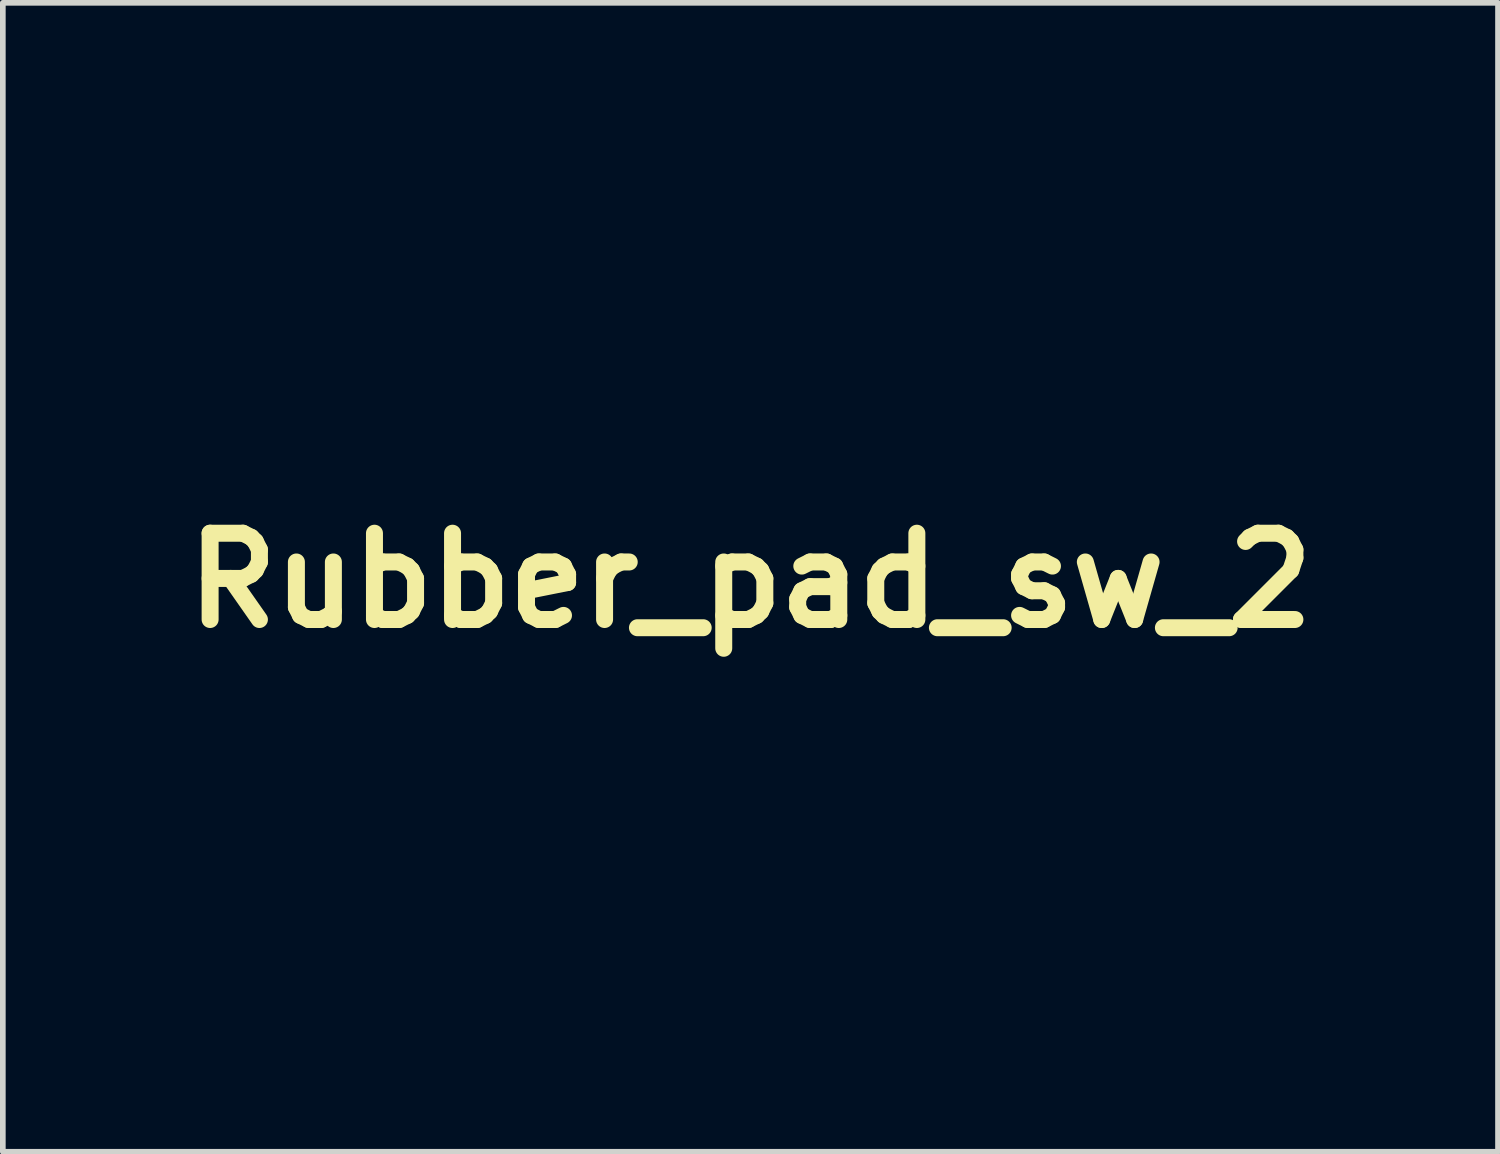
<source format=kicad_pcb>
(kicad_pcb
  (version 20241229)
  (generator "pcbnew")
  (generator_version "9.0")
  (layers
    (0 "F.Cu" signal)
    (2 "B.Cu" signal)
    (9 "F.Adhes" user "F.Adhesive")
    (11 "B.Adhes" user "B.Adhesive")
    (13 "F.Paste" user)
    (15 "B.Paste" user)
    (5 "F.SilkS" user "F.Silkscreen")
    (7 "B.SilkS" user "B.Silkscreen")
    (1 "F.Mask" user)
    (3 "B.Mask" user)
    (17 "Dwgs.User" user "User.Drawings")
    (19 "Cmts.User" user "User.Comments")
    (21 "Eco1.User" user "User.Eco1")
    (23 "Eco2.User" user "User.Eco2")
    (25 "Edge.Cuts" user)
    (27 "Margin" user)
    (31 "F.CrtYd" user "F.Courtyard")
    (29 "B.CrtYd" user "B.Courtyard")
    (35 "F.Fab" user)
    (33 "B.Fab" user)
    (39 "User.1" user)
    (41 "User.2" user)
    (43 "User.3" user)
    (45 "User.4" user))
  (footprint "Rubber_pad_sw_2"
    (layer "F.Cu")
    (at 10.204 7.202)
    (property "Reference" "Rubber_pad_sw_2" (at 0 0 0) (layer "F.SilkS") (effects (font (size 1.524 1.524) (thickness 0.3))))
    (attr through_hole)
    (fp_poly (pts (xy 0.097 -6.448) (xy 0.128 -6.123) (xy 0.149 -5.63) (xy 0.151 -5.57) (xy 0.174 -4.494) (xy 0.468 -4.439) (xy 0.696 -4.413) (xy 0.859 -4.422) (xy 0.868 -4.425) (xy 0.929 -4.519) (xy 1.015 -4.745) (xy 1.115 -5.068) (xy 1.216 -5.451) (xy 1.341 -5.929) (xy 1.446 -6.246) (xy 1.531 -6.408) (xy 1.575 -6.435) (xy 1.647 -6.413) (xy 1.68 -6.331) (xy 1.672 -6.167) (xy 1.62 -5.894) (xy 1.522 -5.491) (xy 1.482 -5.334) (xy 1.392 -4.979) (xy 1.322 -4.681) (xy 1.279 -4.48) (xy 1.272 -4.425) (xy 1.34 -4.34) (xy 1.506 -4.231) (xy 1.709 -4.13) (xy 1.888 -4.07) (xy 1.937 -4.065) (xy 1.994 -4.136) (xy 2.112 -4.329) (xy 2.272 -4.613) (xy 2.454 -4.953) (xy 2.705 -5.41) (xy 2.899 -5.719) (xy 3.036 -5.877) (xy 3.113 -5.883) (xy 3.13 -5.776) (xy 3.091 -5.645) (xy 2.989 -5.402) (xy 2.838 -5.082) (xy 2.678 -4.764) (xy 2.23 -3.898) (xy 2.548 -3.688) (xy 2.866 -3.477) (xy 3.559 -4.236) (xy 3.832 -4.529) (xy 4.068 -4.77) (xy 4.241 -4.933) (xy 4.326 -4.995) (xy 4.327 -4.995) (xy 4.405 -4.946) (xy 4.36 -4.796) (xy 4.191 -4.543) (xy 3.897 -4.183) (xy 3.729 -3.994) (xy 3.055 -3.243) (xy 3.628 -2.688) (xy 4.433 -3.249) (xy 4.868 -3.541) (xy 5.184 -3.725) (xy 5.388 -3.804) (xy 5.489 -3.784) (xy 5.503 -3.729) (xy 5.438 -3.653) (xy 5.258 -3.503) (xy 4.994 -3.303) (xy 4.678 -3.079) (xy 4.353 -2.855) (xy 4.082 -2.668) (xy 3.894 -2.537) (xy 3.818 -2.483) (xy 3.825 -2.397) (xy 3.89 -2.224) (xy 3.984 -2.023) (xy 4.079 -1.855) (xy 4.147 -1.778) (xy 4.15 -1.778) (xy 4.249 -1.806) (xy 4.472 -1.883) (xy 4.785 -1.995) (xy 5.112 -2.117) (xy 5.541 -2.276) (xy 5.837 -2.38) (xy 6.025 -2.432) (xy 6.128 -2.438) (xy 6.172 -2.403) (xy 6.181 -2.336) (xy 6.127 -2.262) (xy 5.959 -2.16) (xy 5.664 -2.026) (xy 5.232 -1.854) (xy 4.651 -1.64) (xy 4.549 -1.603) (xy 4.347 -1.504) (xy 4.266 -1.406) (xy 4.268 -1.385) (xy 4.311 -1.235) (xy 4.359 -1.01) (xy 4.362 -0.997) (xy 4.415 -0.711) (xy 5.38 -0.831) (xy 5.92 -0.888) (xy 6.303 -0.904) (xy 6.527 -0.88) (xy 6.589 -0.816) (xy 6.555 -0.765) (xy 6.44 -0.721) (xy 6.201 -0.667) (xy 5.882 -0.615) (xy 5.757 -0.598) (xy 5.271 -0.536) (xy 4.927 -0.489) (xy 4.701 -0.445) (xy 4.569 -0.393) (xy 4.506 -0.322) (xy 4.487 -0.222) (xy 4.487 -0.082) (xy 4.487 -0.04) (xy 4.487 0.118) (xy 4.502 0.231) (xy 4.557 0.31) (xy 4.679 0.367) (xy 4.892 0.414) (xy 5.221 0.462) (xy 5.692 0.523) (xy 5.709 0.525) (xy 6.16 0.595) (xy 6.448 0.666) (xy 6.58 0.739) (xy 6.588 0.754) (xy 6.592 0.798) (xy 6.555 0.827) (xy 6.458 0.84) (xy 6.279 0.836) (xy 5.998 0.815) (xy 5.593 0.777) (xy 5.043 0.72) (xy 4.944 0.71) (xy 4.659 0.683) (xy 4.499 0.689) (xy 4.421 0.741) (xy 4.379 0.853) (xy 4.368 0.899) (xy 4.312 1.125) (xy 4.27 1.278) (xy 4.288 1.35) (xy 4.395 1.434) (xy 4.613 1.541) (xy 4.961 1.682) (xy 5.206 1.774) (xy 5.64 1.944) (xy 5.958 2.089) (xy 6.141 2.2) (xy 6.181 2.253) (xy 6.165 2.326) (xy 6.102 2.357) (xy 5.968 2.342) (xy 5.741 2.275) (xy 5.396 2.151) (xy 5.08 2.032) (xy 4.72 1.897) (xy 4.421 1.787) (xy 4.216 1.715) (xy 4.141 1.693) (xy 4.079 1.762) (xy 3.988 1.927) (xy 3.895 2.129) (xy 3.829 2.307) (xy 3.817 2.401) (xy 3.818 2.402) (xy 3.897 2.459) (xy 4.087 2.592) (xy 4.36 2.781) (xy 4.678 3.001) (xy 5 3.229) (xy 5.263 3.427) (xy 5.44 3.574) (xy 5.503 3.647) (xy 5.454 3.722) (xy 5.301 3.695) (xy 5.037 3.563) (xy 4.657 3.322) (xy 4.427 3.164) (xy 3.622 2.604) (xy 3.059 3.175) (xy 3.731 3.927) (xy 4.069 4.318) (xy 4.287 4.603) (xy 4.389 4.79) (xy 4.381 4.886) (xy 4.297 4.904) (xy 4.202 4.841) (xy 4.024 4.674) (xy 3.788 4.43) (xy 3.529 4.144) (xy 2.867 3.392) (xy 2.221 3.82) (xy 2.675 4.683) (xy 2.921 5.173) (xy 3.072 5.525) (xy 3.128 5.744) (xy 3.091 5.83) (xy 3.037 5.824) (xy 2.97 5.745) (xy 2.845 5.552) (xy 2.681 5.281) (xy 2.499 4.968) (xy 2.319 4.647) (xy 2.163 4.356) (xy 2.049 4.128) (xy 2.008 4.031) (xy 1.923 4.009) (xy 1.749 4.045) (xy 1.546 4.119) (xy 1.375 4.208) (xy 1.297 4.285) (xy 1.302 4.402) (xy 1.343 4.643) (xy 1.414 4.97) (xy 1.477 5.232) (xy 1.589 5.682) (xy 1.656 5.995) (xy 1.683 6.193) (xy 1.67 6.302) (xy 1.62 6.345) (xy 1.576 6.35) (xy 1.498 6.272) (xy 1.402 6.034) (xy 1.286 5.635) (xy 1.226 5.397) (xy 1.129 5.014) (xy 1.039 4.692) (xy 0.968 4.465) (xy 0.928 4.373) (xy 0.811 4.34) (xy 0.596 4.348) (xy 0.516 4.359) (xy 0.169 4.418) (xy 0.169 5.463) (xy 0.163 5.964) (xy 0.141 6.309) (xy 0.101 6.511) (xy 0.042 6.583) (xy -0.031 6.545) (xy -0.051 6.444) (xy -0.068 6.209) (xy -0.08 5.873) (xy -0.085 5.473) (xy -0.085 5.457) (xy -0.085 4.422) (xy -0.473 4.364) (xy -0.708 4.334) (xy -0.858 4.327) (xy -0.885 4.333) (xy -0.912 4.421) (xy -0.971 4.64) (xy -1.052 4.957) (xy -1.141 5.314) (xy -1.239 5.694) (xy -1.331 6.011) (xy -1.405 6.229) (xy -1.449 6.314) (xy -1.552 6.341) (xy -1.599 6.254) (xy -1.589 6.039) (xy -1.522 5.686) (xy -1.432 5.313) (xy -1.336 4.932) (xy -1.258 4.611) (xy -1.205 4.387) (xy -1.187 4.295) (xy -1.252 4.22) (xy -1.46 4.127) (xy -1.739 4.033) (xy -1.821 4.028) (xy -1.906 4.08) (xy -2.011 4.212) (xy -2.152 4.447) (xy -2.347 4.806) (xy -2.402 4.911) (xy -2.594 5.266) (xy -2.763 5.558) (xy -2.891 5.76) (xy -2.962 5.842) (xy -2.965 5.842) (xy -3.054 5.809) (xy -3.071 5.699) (xy -3.01 5.495) (xy -2.867 5.18) (xy -2.67 4.801) (xy -2.486 4.45) (xy -2.336 4.152) (xy -2.236 3.939) (xy -2.202 3.845) (xy -2.263 3.767) (xy -2.407 3.646) (xy -2.584 3.519) (xy -2.74 3.425) (xy -2.825 3.399) (xy -2.827 3.402) (xy -2.932 3.541) (xy -3.117 3.752) (xy -3.352 4.007) (xy -3.609 4.276) (xy -3.859 4.53) (xy -4.075 4.739) (xy -4.229 4.875) (xy -4.286 4.911) (xy -4.373 4.891) (xy -4.384 4.822) (xy -4.311 4.686) (xy -4.144 4.469) (xy -3.872 4.154) (xy -3.719 3.983) (xy -3.036 3.222) (xy -3.264 2.923) (xy -3.41 2.743) (xy -3.512 2.637) (xy -3.533 2.625) (xy -3.615 2.67) (xy -3.807 2.793) (xy -4.078 2.975) (xy -4.37 3.175) (xy -4.814 3.469) (xy -5.136 3.652) (xy -5.334 3.724) (xy -5.408 3.683) (xy -5.398 3.622) (xy -5.321 3.541) (xy -5.138 3.39) (xy -4.882 3.194) (xy -4.587 2.977) (xy -4.287 2.765) (xy -4.016 2.582) (xy -3.814 2.457) (xy -3.746 2.39) (xy -3.759 2.277) (xy -3.856 2.075) (xy -3.972 1.873) (xy -4.059 1.745) (xy -4.076 1.729) (xy -4.172 1.744) (xy -4.392 1.809) (xy -4.703 1.914) (xy -5.041 2.037) (xy -5.415 2.169) (xy -5.74 2.268) (xy -5.978 2.323) (xy -6.087 2.327) (xy -6.175 2.274) (xy -6.125 2.203) (xy -6.074 2.164) (xy -5.937 2.092) (xy -5.679 1.979) (xy -5.34 1.844) (xy -5.035 1.729) (xy -4.633 1.576) (xy -4.372 1.46) (xy -4.231 1.371) (xy -4.19 1.296) (xy -4.195 1.273) (xy -4.25 1.093) (xy -4.292 0.91) (xy -4.318 0.804) (xy -4.365 0.733) (xy -4.458 0.694) (xy -4.624 0.685) (xy -4.89 0.702) (xy -5.283 0.744) (xy -5.566 0.777) (xy -5.932 0.813) (xy -6.234 0.832) (xy -6.433 0.831) (xy -6.492 0.818) (xy -6.515 0.731) (xy -6.396 0.655) (xy -6.126 0.586) (xy -5.695 0.522) (xy -5.588 0.51) (xy -5.121 0.456) (xy -4.796 0.412) (xy -4.587 0.367) (xy -4.469 0.306) (xy -4.416 0.22) (xy -4.41 0.163) (xy -4.104 0.163) (xy -3.986 0.935) (xy -3.723 1.677) (xy -3.328 2.359) (xy -2.813 2.954) (xy -2.452 3.256) (xy -1.72 3.7) (xy -0.959 3.978) (xy -0.166 4.089) (xy 0.66 4.035) (xy 1.27 3.895) (xy 2.019 3.59) (xy 2.675 3.153) (xy 3.225 2.601) (xy 3.658 1.95) (xy 3.96 1.216) (xy 4.121 0.417) (xy 4.145 -0.042) (xy 4.08 -0.847) (xy 3.877 -1.569) (xy 3.528 -2.232) (xy 3.022 -2.858) (xy 2.823 -3.056) (xy 2.198 -3.555) (xy 1.531 -3.898) (xy 0.799 -4.093) (xy 0.054 -4.149) (xy -0.782 -4.069) (xy -1.559 -3.839) (xy -2.26 -3.472) (xy -2.871 -2.979) (xy -3.378 -2.375) (xy -3.765 -1.671) (xy -4.017 -0.88) (xy -4.067 -0.614) (xy -4.104 0.163) (xy -4.41 0.163) (xy -4.403 0.096) (xy -4.403 -0.04) (xy -4.401 -0.192) (xy -4.413 -0.301) (xy -4.463 -0.377) (xy -4.576 -0.433) (xy -4.777 -0.478) (xy -5.089 -0.524) (xy -5.539 -0.581) (xy -5.673 -0.598) (xy -6.115 -0.666) (xy -6.395 -0.739) (xy -6.517 -0.819) (xy -6.494 -0.9) (xy -6.392 -0.914) (xy -6.16 -0.909) (xy -5.837 -0.885) (xy -5.587 -0.859) (xy -5.107 -0.806) (xy -4.769 -0.775) (xy -4.547 -0.769) (xy -4.413 -0.792) (xy -4.342 -0.845) (xy -4.306 -0.932) (xy -4.292 -0.995) (xy -4.239 -1.216) (xy -4.196 -1.355) (xy -4.212 -1.44) (xy -4.341 -1.532) (xy -4.605 -1.644) (xy -4.719 -1.685) (xy -5.306 -1.902) (xy -5.732 -2.079) (xy -6.003 -2.22) (xy -6.123 -2.326) (xy -6.116 -2.385) (xy -6.024 -2.41) (xy -5.838 -2.381) (xy -5.539 -2.292) (xy -5.106 -2.138) (xy -5.082 -2.129) (xy -4.714 -1.992) (xy -4.408 -1.88) (xy -4.196 -1.805) (xy -4.112 -1.778) (xy -4.054 -1.844) (xy -3.946 -2.008) (xy -3.899 -2.087) (xy -3.817 -2.226) (xy -3.776 -2.333) (xy -3.794 -2.431) (xy -3.886 -2.543) (xy -4.071 -2.692) (xy -4.365 -2.901) (xy -4.628 -3.085) (xy -4.935 -3.306) (xy -5.186 -3.501) (xy -5.35 -3.645) (xy -5.398 -3.704) (xy -5.391 -3.798) (xy -5.272 -3.788) (xy -5.036 -3.674) (xy -4.679 -3.453) (xy -4.44 -3.292) (xy -4.121 -3.077) (xy -3.85 -2.898) (xy -3.658 -2.777) (xy -3.586 -2.736) (xy -3.481 -2.774) (xy -3.329 -2.914) (xy -3.261 -2.997) (xy -3.032 -3.296) (xy -3.717 -4.06) (xy -3.982 -4.363) (xy -4.2 -4.623) (xy -4.347 -4.815) (xy -4.403 -4.909) (xy -4.403 -4.91) (xy -4.354 -4.986) (xy -4.212 -4.927) (xy -3.981 -4.739) (xy -3.664 -4.425) (xy -3.267 -3.988) (xy -2.873 -3.528) (xy -2.777 -3.528) (xy -2.605 -3.602) (xy -2.415 -3.716) (xy -2.262 -3.837) (xy -2.202 -3.928) (xy -2.24 -4.028) (xy -2.343 -4.245) (xy -2.495 -4.546) (xy -2.676 -4.889) (xy -2.859 -5.248) (xy -2.996 -5.547) (xy -3.072 -5.757) (xy -3.077 -5.846) (xy -3.006 -5.885) (xy -2.923 -5.85) (xy -2.814 -5.721) (xy -2.667 -5.482) (xy -2.467 -5.114) (xy -2.371 -4.932) (xy -2.188 -4.59) (xy -2.03 -4.311) (xy -1.914 -4.126) (xy -1.859 -4.064) (xy -1.725 -4.097) (xy -1.53 -4.175) (xy -1.338 -4.271) (xy -1.209 -4.353) (xy -1.187 -4.383) (xy -1.208 -4.485) (xy -1.262 -4.716) (xy -1.342 -5.041) (xy -1.432 -5.398) (xy -1.543 -5.865) (xy -1.596 -6.185) (xy -1.593 -6.369) (xy -1.534 -6.429) (xy -1.448 -6.398) (xy -1.399 -6.301) (xy -1.323 -6.074) (xy -1.23 -5.75) (xy -1.134 -5.377) (xy -1.028 -4.951) (xy -0.944 -4.666) (xy -0.859 -4.497) (xy -0.755 -4.419) (xy -0.61 -4.41) (xy -0.404 -4.445) (xy -0.352 -4.455) (xy -0.09 -4.508) (xy -0.066 -5.556) (xy -0.046 -6.069) (xy -0.016 -6.415) (xy 0.021 -6.594) (xy 0.06 -6.605) (xy 0.097 -6.448)) (stroke (width 0.01) (type solid)) (fill yes) (layer "F.Mask"))
    (fp_poly (pts (xy 0.91 -7.146) (xy 1.931 -6.942) (xy 2.923 -6.585) (xy 3.87 -6.074) (xy 3.983 -6) (xy 4.855 -5.319) (xy 5.599 -4.534) (xy 6.208 -3.66) (xy 6.675 -2.708) (xy 6.994 -1.692) (xy 7.159 -0.627) (xy 7.168 0.381) (xy 7.023 1.469) (xy 6.724 2.499) (xy 6.281 3.459) (xy 5.704 4.336) (xy 5.001 5.118) (xy 4.183 5.794) (xy 3.259 6.35) (xy 2.238 6.775) (xy 2.201 6.787) (xy 1.838 6.9) (xy 1.525 6.977) (xy 1.212 7.027) (xy 0.845 7.058) (xy 0.372 7.076) (xy 0.254 7.079) (xy -0.388 7.084) (xy -0.901 7.061) (xy -1.324 7.008) (xy -1.482 6.977) (xy -2.351 6.717) (xy -3.218 6.336) (xy -3.928 5.921) (xy -4.784 5.253) (xy -5.508 4.491) (xy -6.1 3.652) (xy -6.558 2.75) (xy -6.882 1.802) (xy -7.07 0.822) (xy -7.106 0.09) (xy -6.877 0.09) (xy -6.817 0.652) (xy -6.771 1.029) (xy -6.726 1.266) (xy -6.672 1.392) (xy -6.601 1.436) (xy -6.574 1.438) (xy -6.454 1.417) (xy -6.212 1.362) (xy -5.887 1.282) (xy -5.673 1.228) (xy -5.224 1.115) (xy -4.914 1.049) (xy -4.718 1.027) (xy -4.613 1.048) (xy -4.574 1.108) (xy -4.572 1.138) (xy -4.633 1.209) (xy -4.826 1.292) (xy -5.161 1.391) (xy -5.588 1.496) (xy -5.976 1.591) (xy -6.296 1.679) (xy -6.515 1.751) (xy -6.604 1.797) (xy -6.604 1.799) (xy -6.575 1.905) (xy -6.499 2.125) (xy -6.391 2.412) (xy -6.375 2.455) (xy -6.146 3.044) (xy -5.269 2.58) (xy -4.828 2.353) (xy -4.513 2.206) (xy -4.308 2.135) (xy -4.193 2.135) (xy -4.151 2.198) (xy -4.15 2.223) (xy -4.222 2.301) (xy -4.415 2.435) (xy -4.701 2.606) (xy -5.039 2.79) (xy -5.385 2.976) (xy -5.669 3.141) (xy -5.859 3.266) (xy -5.927 3.333) (xy -5.882 3.45) (xy -5.768 3.654) (xy -5.618 3.893) (xy -5.463 4.117) (xy -5.336 4.277) (xy -5.303 4.309) (xy -5.218 4.317) (xy -5.068 4.24) (xy -4.836 4.066) (xy -4.505 3.783) (xy -4.44 3.725) (xy -4.136 3.463) (xy -3.872 3.248) (xy -3.676 3.103) (xy -3.577 3.051) (xy -3.477 3.085) (xy -3.504 3.199) (xy -3.663 3.398) (xy -3.956 3.684) (xy -4.233 3.932) (xy -4.529 4.195) (xy -4.772 4.418) (xy -4.935 4.579) (xy -4.995 4.653) (xy -4.935 4.735) (xy -4.781 4.887) (xy -4.573 5.073) (xy -4.351 5.259) (xy -4.156 5.41) (xy -4.028 5.493) (xy -4.006 5.5) (xy -3.934 5.432) (xy -3.79 5.251) (xy -3.594 4.984) (xy -3.367 4.658) (xy -3.363 4.653) (xy -3.135 4.327) (xy -2.935 4.059) (xy -2.786 3.878) (xy -2.708 3.81) (xy -2.707 3.81) (xy -2.632 3.853) (xy -2.65 3.989) (xy -2.767 4.228) (xy -2.986 4.58) (xy -3.175 4.859) (xy -3.393 5.178) (xy -3.571 5.446) (xy -3.688 5.632) (xy -3.725 5.704) (xy -3.655 5.764) (xy -3.469 5.875) (xy -3.204 6.017) (xy -3.131 6.054) (xy -2.537 6.354) (xy -2.466 6.161) (xy -2.244 5.564) (xy -2.07 5.111) (xy -1.937 4.783) (xy -1.839 4.566) (xy -1.768 4.441) (xy -1.735 4.402) (xy -1.627 4.353) (xy -1.595 4.449) (xy -1.64 4.691) (xy -1.762 5.082) (xy -1.909 5.487) (xy -2.061 5.889) (xy -2.157 6.161) (xy -2.203 6.332) (xy -2.203 6.428) (xy -2.163 6.479) (xy -2.089 6.512) (xy -1.863 6.584) (xy -1.588 6.655) (xy -1.314 6.715) (xy -1.093 6.753) (xy -0.975 6.757) (xy -0.969 6.754) (xy -0.949 6.666) (xy -0.913 6.451) (xy -0.867 6.146) (xy -0.816 5.792) (xy -0.767 5.429) (xy -0.723 5.096) (xy -0.692 4.833) (xy -0.678 4.68) (xy -0.678 4.678) (xy -0.608 4.659) (xy -0.55 4.657) (xy -0.446 4.727) (xy -0.423 4.82) (xy -0.434 4.982) (xy -0.464 5.264) (xy -0.506 5.619) (xy -0.555 5.997) (xy -0.604 6.353) (xy -0.64 6.583) (xy -0.685 6.858) (xy -0.004 6.858) (xy 0.334 6.855) (xy 0.536 6.84) (xy 0.638 6.804) (xy 0.674 6.736) (xy 0.678 6.668) (xy 0.669 6.505) (xy 0.643 6.22) (xy 0.606 5.859) (xy 0.578 5.61) (xy 0.542 5.244) (xy 0.523 4.942) (xy 0.524 4.743) (xy 0.537 4.684) (xy 0.615 4.658) (xy 0.686 4.754) (xy 0.754 4.984) (xy 0.823 5.362) (xy 0.877 5.743) (xy 0.929 6.127) (xy 0.978 6.445) (xy 1.018 6.661) (xy 1.04 6.741) (xy 1.145 6.751) (xy 1.355 6.718) (xy 1.622 6.657) (xy 1.896 6.581) (xy 2.127 6.503) (xy 2.267 6.435) (xy 2.286 6.41) (xy 2.257 6.297) (xy 2.18 6.061) (xy 2.066 5.738) (xy 1.938 5.394) (xy 1.78 4.95) (xy 1.685 4.625) (xy 1.658 4.434) (xy 1.671 4.392) (xy 1.739 4.357) (xy 1.813 4.402) (xy 1.903 4.547) (xy 2.021 4.81) (xy 2.177 5.208) (xy 2.238 5.373) (xy 2.371 5.726) (xy 2.484 6.02) (xy 2.563 6.218) (xy 2.592 6.282) (xy 2.677 6.274) (xy 2.866 6.206) (xy 3.115 6.1) (xy 3.377 5.975) (xy 3.61 5.854) (xy 3.768 5.756) (xy 3.81 5.711) (xy 3.764 5.629) (xy 3.639 5.436) (xy 3.454 5.162) (xy 3.228 4.835) (xy 3.216 4.818) (xy 2.941 4.412) (xy 2.768 4.123) (xy 2.692 3.935) (xy 2.705 3.836) (xy 2.789 3.81) (xy 2.861 3.876) (xy 3.006 4.055) (xy 3.204 4.321) (xy 3.433 4.646) (xy 3.44 4.656) (xy 3.67 4.982) (xy 3.869 5.251) (xy 4.017 5.433) (xy 4.092 5.503) (xy 4.093 5.503) (xy 4.184 5.448) (xy 4.359 5.303) (xy 4.584 5.097) (xy 4.623 5.059) (xy 5.082 4.614) (xy 4.319 3.949) (xy 3.927 3.592) (xy 3.674 3.325) (xy 3.56 3.149) (xy 3.584 3.06) (xy 3.652 3.048) (xy 3.751 3.102) (xy 3.944 3.247) (xy 4.201 3.461) (xy 4.435 3.668) (xy 4.725 3.926) (xy 4.974 4.143) (xy 5.153 4.294) (xy 5.224 4.347) (xy 5.327 4.314) (xy 5.493 4.14) (xy 5.668 3.901) (xy 5.836 3.645) (xy 5.958 3.441) (xy 6.01 3.332) (xy 6.01 3.328) (xy 5.939 3.264) (xy 5.746 3.142) (xy 5.462 2.978) (xy 5.121 2.794) (xy 4.774 2.604) (xy 4.491 2.433) (xy 4.301 2.299) (xy 4.233 2.223) (xy 4.247 2.155) (xy 4.305 2.131) (xy 4.428 2.158) (xy 4.639 2.245) (xy 4.962 2.397) (xy 5.287 2.558) (xy 5.639 2.726) (xy 5.934 2.855) (xy 6.141 2.932) (xy 6.228 2.944) (xy 6.282 2.842) (xy 6.373 2.627) (xy 6.481 2.343) (xy 6.485 2.331) (xy 6.59 2.016) (xy 6.626 1.828) (xy 6.597 1.743) (xy 6.582 1.736) (xy 6.461 1.702) (xy 6.213 1.637) (xy 5.879 1.552) (xy 5.588 1.479) (xy 5.217 1.382) (xy 4.907 1.291) (xy 4.695 1.219) (xy 4.621 1.182) (xy 4.584 1.094) (xy 4.695 1.055) (xy 4.937 1.065) (xy 5.296 1.123) (xy 5.715 1.218) (xy 6.084 1.308) (xy 6.393 1.381) (xy 6.606 1.427) (xy 6.679 1.439) (xy 6.736 1.4) (xy 6.787 1.265) (xy 6.837 1.012) (xy 6.893 0.618) (xy 6.904 0.529) (xy 6.959 0.085) (xy 5.843 0.085) (xy 5.369 0.081) (xy 5.045 0.068) (xy 4.851 0.045) (xy 4.767 0.009) (xy 4.762 -0.021) (xy 4.839 -0.071) (xy 5.04 -0.108) (xy 5.382 -0.134) (xy 5.87 -0.151) (xy 6.353 -0.167) (xy 6.681 -0.191) (xy 6.872 -0.225) (xy 6.94 -0.271) (xy 6.941 -0.278) (xy 6.927 -0.445) (xy 6.894 -0.697) (xy 6.851 -0.98) (xy 6.806 -1.242) (xy 6.768 -1.431) (xy 6.747 -1.493) (xy 6.656 -1.49) (xy 6.434 -1.452) (xy 6.118 -1.387) (xy 5.803 -1.315) (xy 5.318 -1.204) (xy 4.976 -1.136) (xy 4.757 -1.109) (xy 4.642 -1.122) (xy 4.61 -1.172) (xy 4.62 -1.212) (xy 4.715 -1.275) (xy 4.944 -1.362) (xy 5.273 -1.462) (xy 5.671 -1.566) (xy 5.676 -1.567) (xy 6.107 -1.669) (xy 6.396 -1.747) (xy 6.562 -1.828) (xy 6.623 -1.939) (xy 6.599 -2.107) (xy 6.51 -2.359) (xy 6.418 -2.603) (xy 6.313 -2.847) (xy 6.214 -3.008) (xy 6.161 -3.048) (xy 6.053 -3.01) (xy 5.83 -2.907) (xy 5.526 -2.755) (xy 5.208 -2.589) (xy 4.86 -2.412) (xy 4.562 -2.278) (xy 4.348 -2.199) (xy 4.253 -2.189) (xy 4.198 -2.249) (xy 4.224 -2.325) (xy 4.348 -2.431) (xy 4.585 -2.579) (xy 4.953 -2.781) (xy 5.144 -2.882) (xy 5.485 -3.068) (xy 5.764 -3.231) (xy 5.949 -3.353) (xy 6.011 -3.413) (xy 5.966 -3.514) (xy 5.846 -3.711) (xy 5.677 -3.964) (xy 5.66 -3.987) (xy 5.518 -4.194) (xy 5.412 -4.332) (xy 5.313 -4.393) (xy 5.195 -4.372) (xy 5.03 -4.264) (xy 4.793 -4.062) (xy 4.456 -3.759) (xy 4.395 -3.705) (xy 4.116 -3.464) (xy 3.877 -3.274) (xy 3.71 -3.157) (xy 3.654 -3.133) (xy 3.558 -3.173) (xy 3.594 -3.297) (xy 3.764 -3.507) (xy 4.072 -3.806) (xy 4.325 -4.031) (xy 5.093 -4.699) (xy 4.617 -5.144) (xy 4.383 -5.355) (xy 4.196 -5.511) (xy 4.09 -5.584) (xy 4.081 -5.586) (xy 4.013 -5.52) (xy 3.872 -5.34) (xy 3.677 -5.073) (xy 3.451 -4.748) (xy 3.445 -4.74) (xy 3.217 -4.413) (xy 3.018 -4.145) (xy 2.87 -3.963) (xy 2.795 -3.895) (xy 2.794 -3.895) (xy 2.707 -3.923) (xy 2.698 -4.019) (xy 2.773 -4.199) (xy 2.939 -4.478) (xy 3.203 -4.873) (xy 3.229 -4.91) (xy 3.485 -5.288) (xy 3.649 -5.553) (xy 3.73 -5.724) (xy 3.739 -5.823) (xy 3.714 -5.856) (xy 3.581 -5.934) (xy 3.35 -6.06) (xy 3.113 -6.185) (xy 2.627 -6.436) (xy 2.513 -6.16) (xy 2.428 -5.945) (xy 2.308 -5.635) (xy 2.178 -5.291) (xy 2.162 -5.249) (xy 1.986 -4.812) (xy 1.843 -4.538) (xy 1.734 -4.429) (xy 1.658 -4.482) (xy 1.653 -4.495) (xy 1.663 -4.619) (xy 1.727 -4.863) (xy 1.834 -5.189) (xy 1.949 -5.498) (xy 2.084 -5.861) (xy 2.187 -6.171) (xy 2.246 -6.391) (xy 2.254 -6.48) (xy 2.162 -6.543) (xy 1.958 -6.624) (xy 1.694 -6.708) (xy 1.421 -6.781) (xy 1.19 -6.827) (xy 1.054 -6.833) (xy 1.041 -6.826) (xy 1.016 -6.733) (xy 0.976 -6.514) (xy 0.928 -6.209) (xy 0.878 -5.86) (xy 0.83 -5.509) (xy 0.792 -5.196) (xy 0.769 -4.965) (xy 0.765 -4.889) (xy 0.699 -4.764) (xy 0.626 -4.741) (xy 0.561 -4.76) (xy 0.528 -4.839) (xy 0.524 -5.009) (xy 0.547 -5.303) (xy 0.56 -5.44) (xy 0.594 -5.826) (xy 0.62 -6.2) (xy 0.632 -6.49) (xy 0.632 -6.519) (xy 0.635 -6.9) (xy 0.051 -6.926) (xy -0.25 -6.929) (xy -0.482 -6.914) (xy -0.595 -6.884) (xy -0.596 -6.883) (xy -0.611 -6.776) (xy -0.603 -6.54) (xy -0.574 -6.215) (xy -0.544 -5.969) (xy -0.481 -5.489) (xy -0.444 -5.151) (xy -0.434 -4.933) (xy -0.449 -4.808) (xy -0.49 -4.752) (xy -0.543 -4.741) (xy -0.594 -4.752) (xy -0.636 -4.799) (xy -0.674 -4.907) (xy -0.713 -5.1) (xy -0.76 -5.402) (xy -0.818 -5.836) (xy -0.852 -6.096) (xy -0.897 -6.424) (xy -0.937 -6.681) (xy -0.966 -6.825) (xy -0.972 -6.843) (xy -1.064 -6.839) (xy -1.267 -6.8) (xy -1.531 -6.739) (xy -1.807 -6.667) (xy -2.044 -6.598) (xy -2.192 -6.544) (xy -2.213 -6.531) (xy -2.206 -6.436) (xy -2.145 -6.216) (xy -2.04 -5.906) (xy -1.906 -5.547) (xy -1.768 -5.173) (xy -1.66 -4.853) (xy -1.596 -4.621) (xy -1.584 -4.515) (xy -1.675 -4.456) (xy -1.8 -4.484) (xy -1.863 -4.577) (xy -1.892 -4.681) (xy -1.97 -4.907) (xy -2.086 -5.221) (xy -2.207 -5.54) (xy -2.551 -6.431) (xy -3.146 -6.132) (xy -3.458 -5.959) (xy -3.649 -5.819) (xy -3.699 -5.726) (xy -3.636 -5.615) (xy -3.497 -5.401) (xy -3.304 -5.116) (xy -3.141 -4.881) (xy -2.865 -4.469) (xy -2.695 -4.176) (xy -2.629 -3.99) (xy -2.661 -3.904) (xy -2.709 -3.895) (xy -2.79 -3.96) (xy -2.939 -4.136) (xy -3.13 -4.391) (xy -3.238 -4.543) (xy -3.458 -4.859) (xy -3.663 -5.145) (xy -3.821 -5.355) (xy -3.863 -5.407) (xy -4.043 -5.623) (xy -4.528 -5.157) (xy -5.013 -4.69) (xy -4.243 -4.017) (xy -3.859 -3.67) (xy -3.608 -3.414) (xy -3.487 -3.244) (xy -3.49 -3.154) (xy -3.577 -3.135) (xy -3.693 -3.189) (xy -3.886 -3.327) (xy -4.064 -3.475) (xy -4.358 -3.734) (xy -4.684 -4.017) (xy -4.841 -4.153) (xy -5.236 -4.492) (xy -5.582 -4.01) (xy -5.754 -3.755) (xy -5.878 -3.545) (xy -5.927 -3.425) (xy -5.927 -3.423) (xy -5.856 -3.344) (xy -5.663 -3.211) (xy -5.379 -3.043) (xy -5.084 -2.885) (xy -4.677 -2.672) (xy -4.403 -2.516) (xy -4.242 -2.401) (xy -4.173 -2.312) (xy -4.175 -2.233) (xy -4.193 -2.198) (xy -4.288 -2.198) (xy -4.509 -2.279) (xy -4.836 -2.432) (xy -5.121 -2.579) (xy -5.471 -2.764) (xy -5.769 -2.914) (xy -5.983 -3.014) (xy -6.077 -3.048) (xy -6.153 -2.975) (xy -6.262 -2.789) (xy -6.381 -2.533) (xy -6.49 -2.255) (xy -6.56 -2.028) (xy -6.577 -1.937) (xy -6.557 -1.869) (xy -6.476 -1.81) (xy -6.307 -1.748) (xy -6.025 -1.673) (xy -5.605 -1.57) (xy -5.593 -1.567) (xy -5.113 -1.443) (xy -4.78 -1.337) (xy -4.602 -1.252) (xy -4.572 -1.211) (xy -4.603 -1.139) (xy -4.708 -1.11) (xy -4.91 -1.124) (xy -5.228 -1.185) (xy -5.684 -1.294) (xy -5.773 -1.316) (xy -6.13 -1.402) (xy -6.423 -1.462) (xy -6.614 -1.49) (xy -6.67 -1.487) (xy -6.711 -1.377) (xy -6.76 -1.155) (xy -6.806 -0.876) (xy -6.84 -0.597) (xy -6.853 -0.405) (xy -6.858 -0.174) (xy -5.799 -0.151) (xy -5.288 -0.131) (xy -4.945 -0.1) (xy -4.77 -0.064) (xy -4.763 -0.025) (xy -4.925 0.012) (xy -5.254 0.044) (xy -5.751 0.065) (xy -5.809 0.066) (xy -6.877 0.09) (xy -7.106 0.09) (xy -7.119 -0.173) (xy -7.03 -1.168) (xy -6.801 -2.148) (xy -6.431 -3.097) (xy -5.917 -3.999) (xy -5.26 -4.839) (xy -4.876 -5.231) (xy -4.037 -5.916) (xy -3.126 -6.457) (xy -2.158 -6.851) (xy -1.152 -7.099) (xy -0.124 -7.197) (xy 0.91 -7.146)) (stroke (width 0.01) (type solid)) (fill yes) (layer "F.Mask")))
  (gr_rect
    (start -3 -3)
    (end 23.407 17.292)
    (stroke (width 0.1) (type default))
    (fill no)
    (layer "Edge.Cuts")))
</source>
